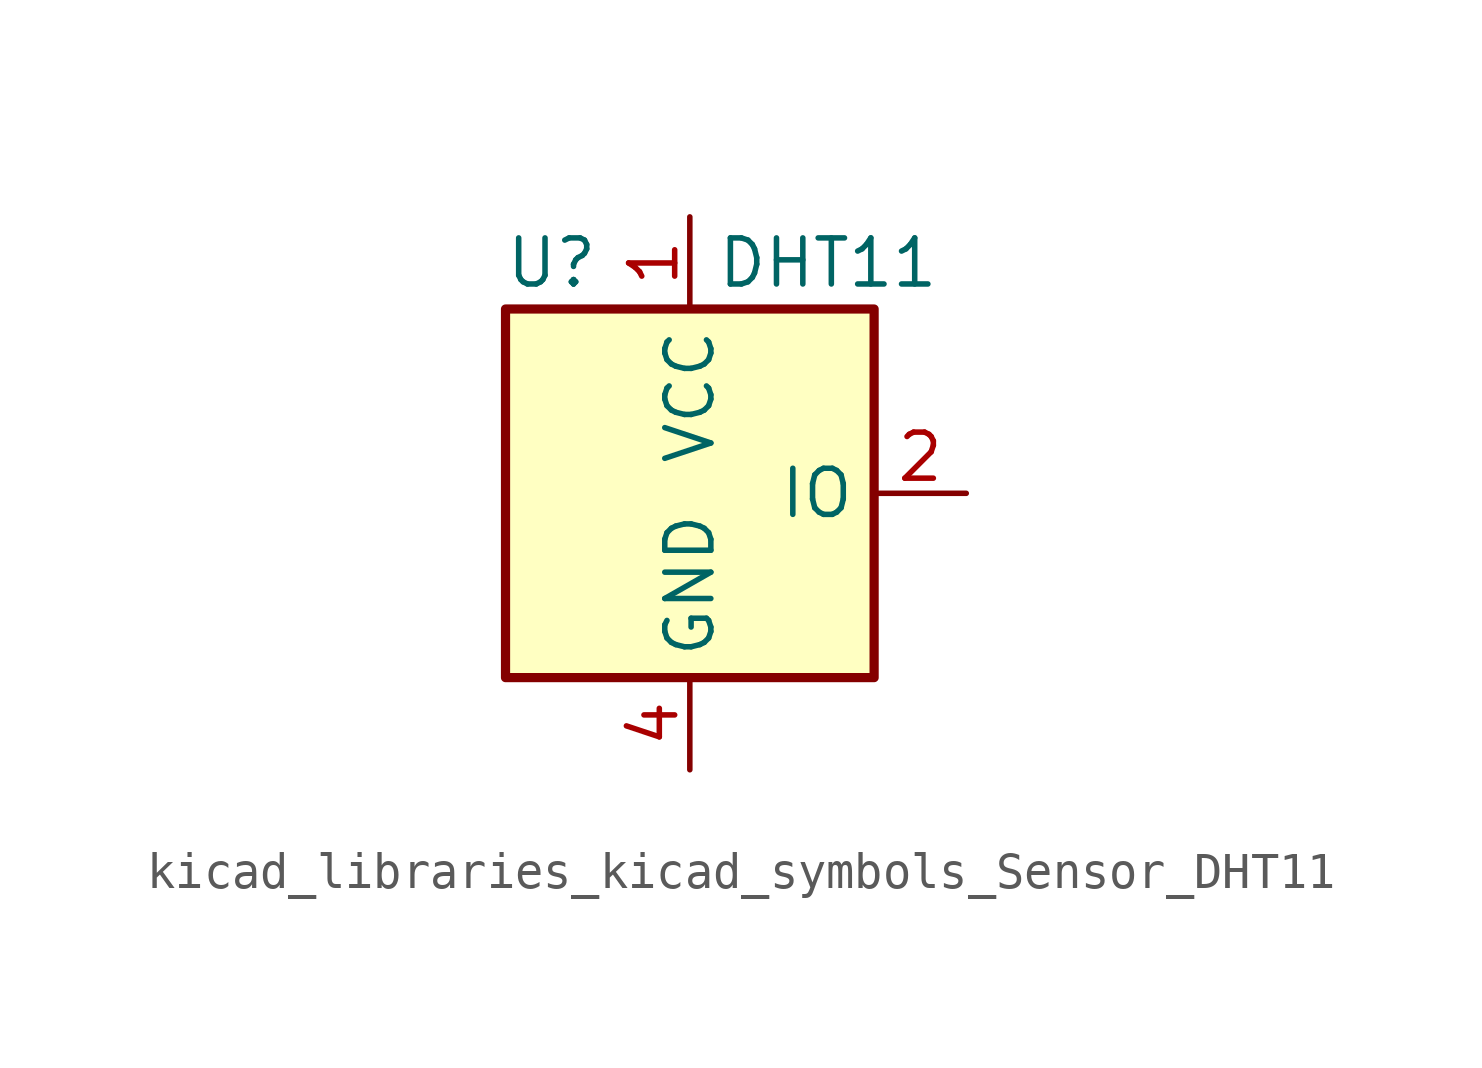
<source format=kicad_sym>
(kicad_symbol_lib
  (version 20220914)
  (generator kicad_symbol_editor)
  (symbol "kicad_libraries_kicad_symbols_Sensor_DHT11"
    (property "Reference" "U"
      (at -3.81 6.35 0)
      (effects (font (size 1.27 1.27))))
    (property "Value" "DHT11"
      (at 3.81 6.35 0)
      (effects (font (size 1.27 1.27))))
    (symbol "kicad_libraries_kicad_symbols_Sensor_DHT11_0_1"
      (rectangle (start -5.08 5.08) (end 5.08 -5.08) (stroke (width 0.254) (type default)) (fill (type background))))
    (symbol "kicad_libraries_kicad_symbols_Sensor_DHT11_1_1"
      (pin power_in line (at 0 7.62 270) (length 2.54) (name "VCC" (effects (font (size 1.27 1.27)))) (number "1" (effects (font (size 1.27 1.27)))))
      (pin bidirectional line (at 7.62 0 180) (length 2.54) (name "IO" (effects (font (size 1.27 1.27)))) (number "2" (effects (font (size 1.27 1.27)))))
      (pin no_connect line (at -5.08 0 0) (length 2.54) hide (name "NC" (effects (font (size 1.27 1.27)))) (number "3" (effects (font (size 1.27 1.27)))))
      (pin power_in line (at 0 -7.62 90) (length 2.54) (name "GND" (effects (font (size 1.27 1.27)))) (number "4" (effects (font (size 1.27 1.27))))))))
</source>
